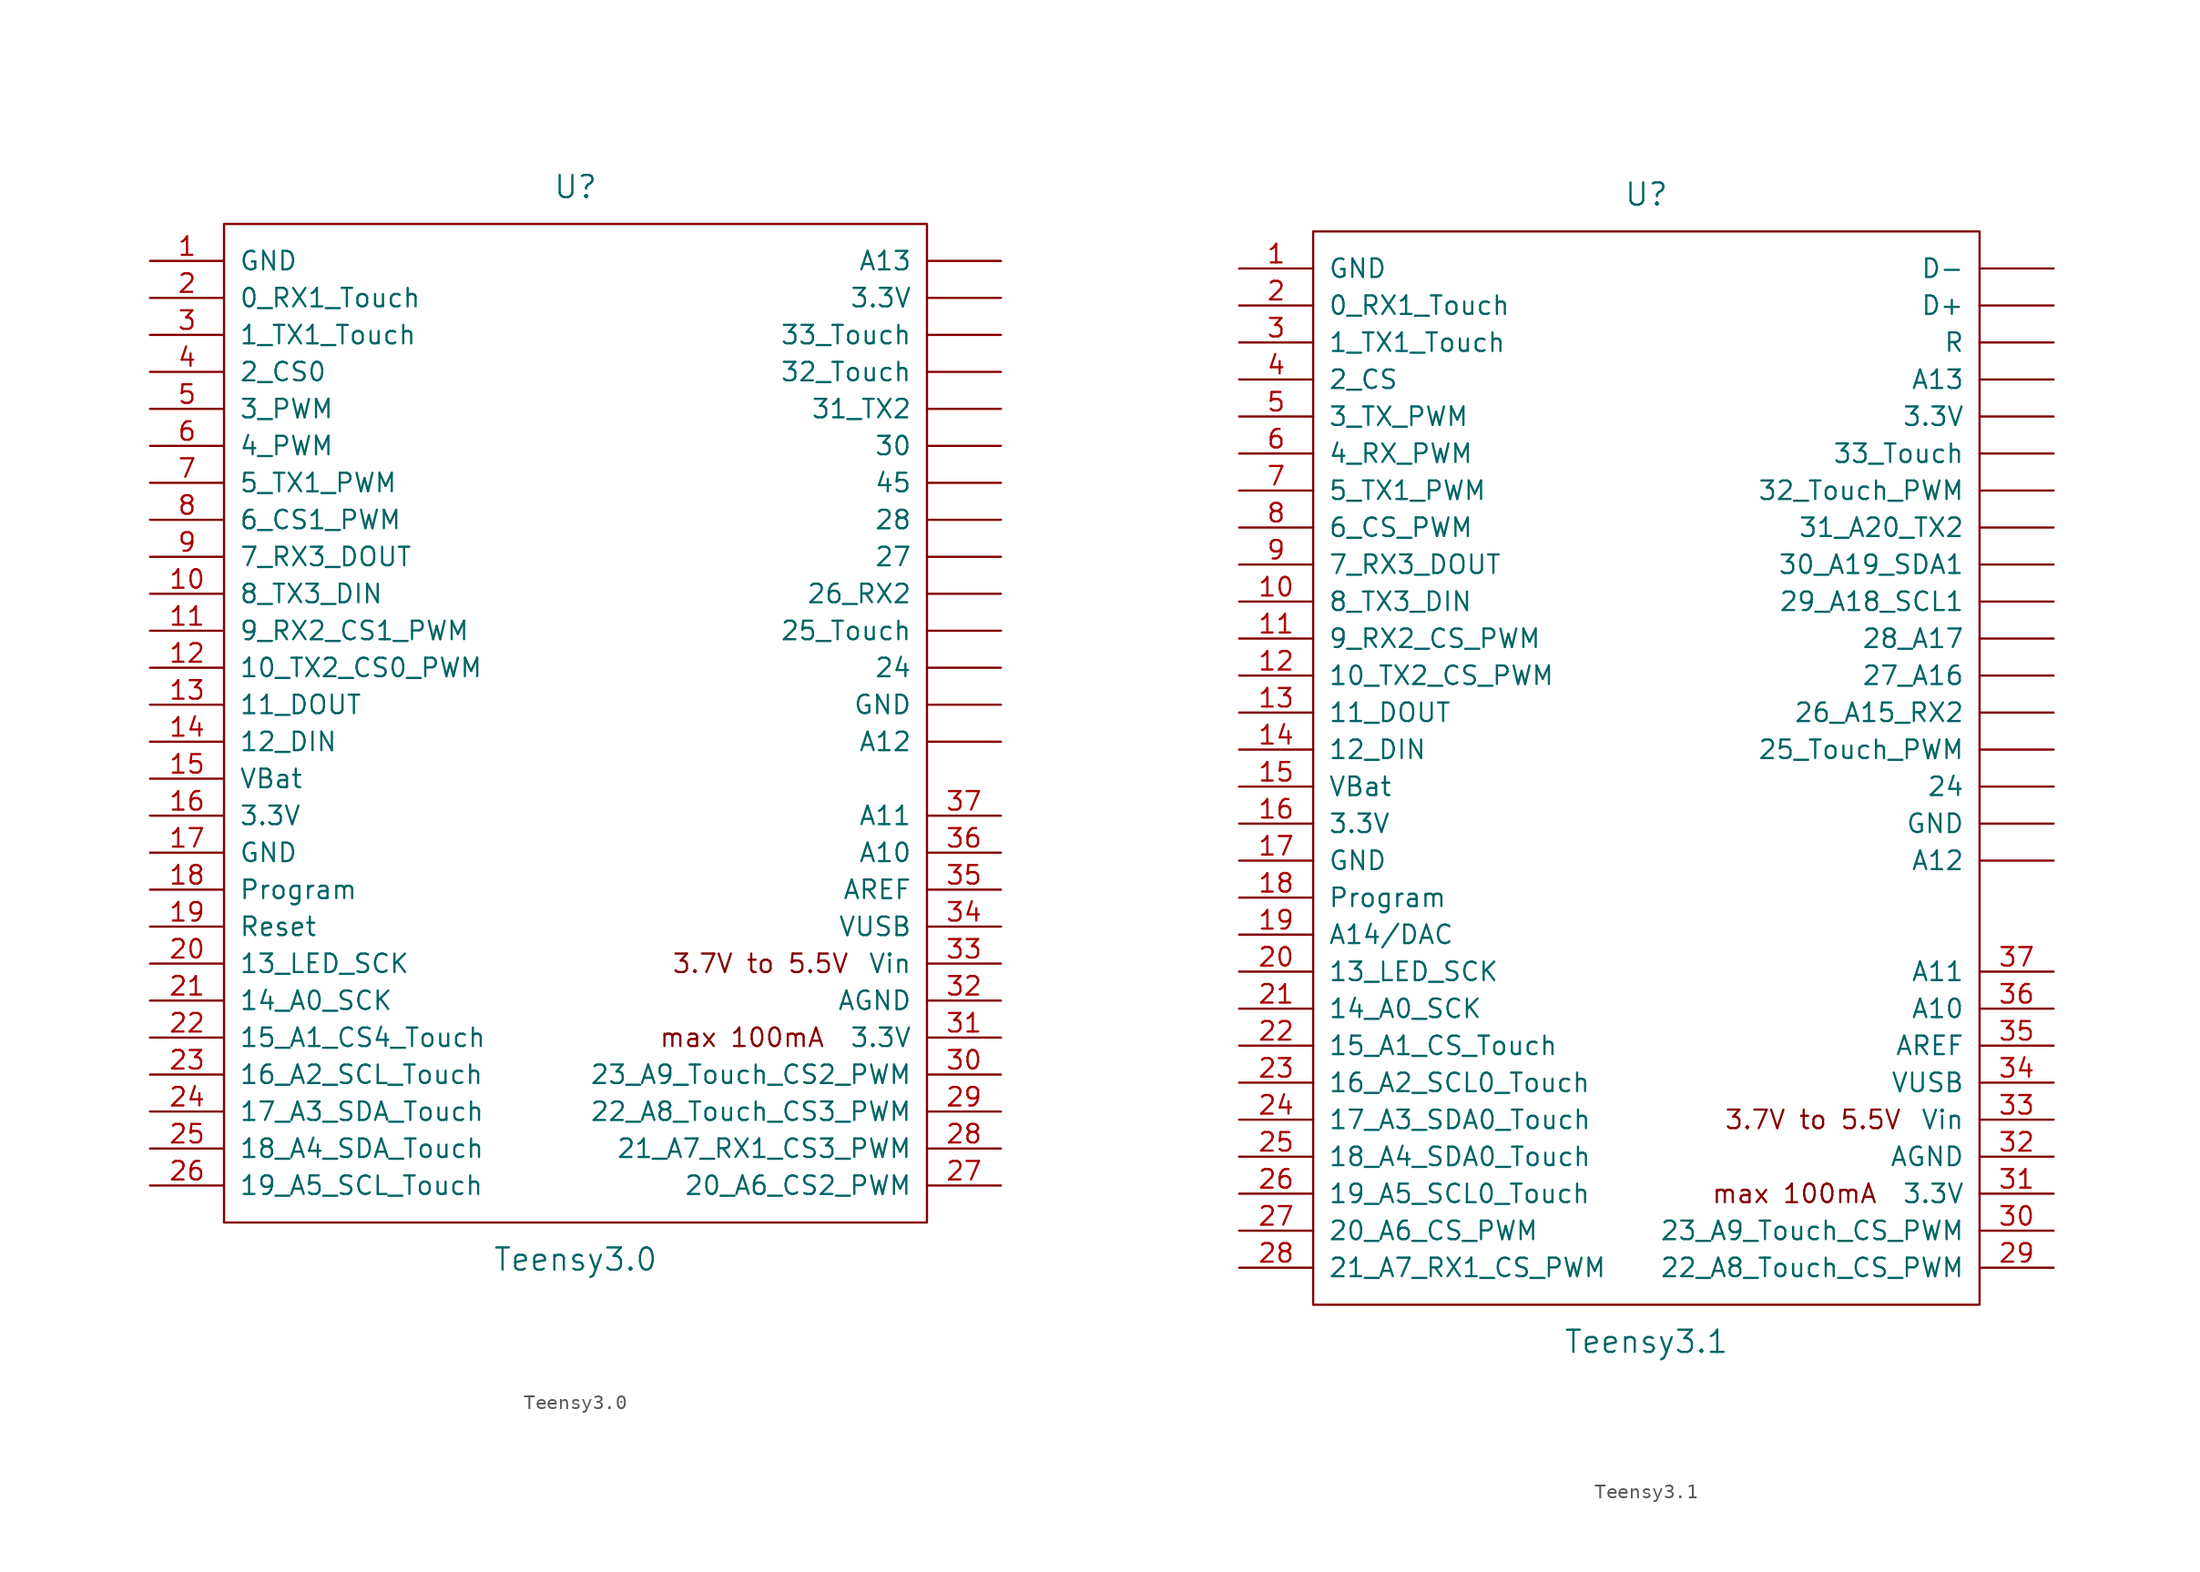
<source format=kicad_sym>
(kicad_symbol_lib
  (version 20211014)
  (generator kicad_symbol_editor)
  (symbol "Teensy3.0"
    (pin_names
      (offset 1.016))
    (property "Reference" "U"
      (at 0 36.83 0)
      (effects (font (size 1.524 1.524))))
    (property "Value" "Teensy3.0"
      (at 0 -36.83 0)
      (effects (font (size 1.524 1.524))))
    (property "Footprint" ""
      (at 0 -21.59 0)
      (effects (font (size 1.524 1.524))))
    (property "Datasheet" ""
      (at 0 -21.59 0)
      (effects (font (size 1.524 1.524))))
    (symbol "Teensy3.0_0_0"
      (text "3.7V to 5.5V" (at 12.7 -16.51 0) (effects (font (size 1.27 1.27))))
      (text "max 100mA" (at 11.43 -21.59 0) (effects (font (size 1.27 1.27)))))
    (symbol "Teensy3.0_0_1"
      (rectangle (start -24.13 34.29) (end 24.13 -34.29) (stroke (width 0) (type default) (color 0 0 0 0)) (fill (type none))))
    (symbol "Teensy3.0_1_1"
      (pin power_in line (at -29.21 31.75 0) (length 5.08) (name "GND" (effects (font (size 1.27 1.27)))) (number "1" (effects (font (size 1.27 1.27)))))
      (pin bidirectional line (at -29.21 8.89 0) (length 5.08) (name "8_TX3_DIN" (effects (font (size 1.27 1.27)))) (number "10" (effects (font (size 1.27 1.27)))))
      (pin bidirectional line (at -29.21 6.35 0) (length 5.08) (name "9_RX2_CS1_PWM" (effects (font (size 1.27 1.27)))) (number "11" (effects (font (size 1.27 1.27)))))
      (pin bidirectional line (at -29.21 3.81 0) (length 5.08) (name "10_TX2_CS0_PWM" (effects (font (size 1.27 1.27)))) (number "12" (effects (font (size 1.27 1.27)))))
      (pin bidirectional line (at -29.21 1.27 0) (length 5.08) (name "11_DOUT" (effects (font (size 1.27 1.27)))) (number "13" (effects (font (size 1.27 1.27)))))
      (pin bidirectional line (at -29.21 -1.27 0) (length 5.08) (name "12_DIN" (effects (font (size 1.27 1.27)))) (number "14" (effects (font (size 1.27 1.27)))))
      (pin power_in line (at -29.21 -3.81 0) (length 5.08) (name "VBat" (effects (font (size 1.27 1.27)))) (number "15" (effects (font (size 1.27 1.27)))))
      (pin power_in line (at -29.21 -6.35 0) (length 5.08) (name "3.3V" (effects (font (size 1.27 1.27)))) (number "16" (effects (font (size 1.27 1.27)))))
      (pin power_in line (at -29.21 -8.89 0) (length 5.08) (name "GND" (effects (font (size 1.27 1.27)))) (number "17" (effects (font (size 1.27 1.27)))))
      (pin input line (at -29.21 -11.43 0) (length 5.08) (name "Program" (effects (font (size 1.27 1.27)))) (number "18" (effects (font (size 1.27 1.27)))))
      (pin input line (at -29.21 -13.97 0) (length 5.08) (name "Reset" (effects (font (size 1.27 1.27)))) (number "19" (effects (font (size 1.27 1.27)))))
      (pin bidirectional line (at -29.21 29.21 0) (length 5.08) (name "0_RX1_Touch" (effects (font (size 1.27 1.27)))) (number "2" (effects (font (size 1.27 1.27)))))
      (pin bidirectional line (at -29.21 -16.51 0) (length 5.08) (name "13_LED_SCK" (effects (font (size 1.27 1.27)))) (number "20" (effects (font (size 1.27 1.27)))))
      (pin bidirectional line (at -29.21 -19.05 0) (length 5.08) (name "14_A0_SCK" (effects (font (size 1.27 1.27)))) (number "21" (effects (font (size 1.27 1.27)))))
      (pin bidirectional line (at -29.21 -21.59 0) (length 5.08) (name "15_A1_CS4_Touch" (effects (font (size 1.27 1.27)))) (number "22" (effects (font (size 1.27 1.27)))))
      (pin bidirectional line (at -29.21 -24.13 0) (length 5.08) (name "16_A2_SCL_Touch" (effects (font (size 1.27 1.27)))) (number "23" (effects (font (size 1.27 1.27)))))
      (pin bidirectional line (at -29.21 -26.67 0) (length 5.08) (name "17_A3_SDA_Touch" (effects (font (size 1.27 1.27)))) (number "24" (effects (font (size 1.27 1.27)))))
      (pin bidirectional line (at -29.21 -29.21 0) (length 5.08) (name "18_A4_SDA_Touch" (effects (font (size 1.27 1.27)))) (number "25" (effects (font (size 1.27 1.27)))))
      (pin bidirectional line (at -29.21 -31.75 0) (length 5.08) (name "19_A5_SCL_Touch" (effects (font (size 1.27 1.27)))) (number "26" (effects (font (size 1.27 1.27)))))
      (pin bidirectional line (at 29.21 -31.75 180) (length 5.08) (name "20_A6_CS2_PWM" (effects (font (size 1.27 1.27)))) (number "27" (effects (font (size 1.27 1.27)))))
      (pin bidirectional line (at 29.21 -29.21 180) (length 5.08) (name "21_A7_RX1_CS3_PWM" (effects (font (size 1.27 1.27)))) (number "28" (effects (font (size 1.27 1.27)))))
      (pin bidirectional line (at 29.21 -26.67 180) (length 5.08) (name "22_A8_Touch_CS3_PWM" (effects (font (size 1.27 1.27)))) (number "29" (effects (font (size 1.27 1.27)))))
      (pin bidirectional line (at -29.21 26.67 0) (length 5.08) (name "1_TX1_Touch" (effects (font (size 1.27 1.27)))) (number "3" (effects (font (size 1.27 1.27)))))
      (pin bidirectional line (at 29.21 -24.13 180) (length 5.08) (name "23_A9_Touch_CS2_PWM" (effects (font (size 1.27 1.27)))) (number "30" (effects (font (size 1.27 1.27)))))
      (pin power_out line (at 29.21 -21.59 180) (length 5.08) (name "3.3V" (effects (font (size 1.27 1.27)))) (number "31" (effects (font (size 1.27 1.27)))))
      (pin power_out line (at 29.21 -19.05 180) (length 5.08) (name "AGND" (effects (font (size 1.27 1.27)))) (number "32" (effects (font (size 1.27 1.27)))))
      (pin power_in line (at 29.21 -16.51 180) (length 5.08) (name "Vin" (effects (font (size 1.27 1.27)))) (number "33" (effects (font (size 1.27 1.27)))))
      (pin power_in line (at 29.21 -13.97 180) (length 5.08) (name "VUSB" (effects (font (size 1.27 1.27)))) (number "34" (effects (font (size 1.27 1.27)))))
      (pin input line (at 29.21 -11.43 180) (length 5.08) (name "AREF" (effects (font (size 1.27 1.27)))) (number "35" (effects (font (size 1.27 1.27)))))
      (pin bidirectional line (at 29.21 -8.89 180) (length 5.08) (name "A10" (effects (font (size 1.27 1.27)))) (number "36" (effects (font (size 1.27 1.27)))))
      (pin bidirectional line (at 29.21 -6.35 180) (length 5.08) (name "A11" (effects (font (size 1.27 1.27)))) (number "37" (effects (font (size 1.27 1.27)))))
      (pin bidirectional line (at -29.21 24.13 0) (length 5.08) (name "2_CS0" (effects (font (size 1.27 1.27)))) (number "4" (effects (font (size 1.27 1.27)))))
      (pin bidirectional line (at -29.21 21.59 0) (length 5.08) (name "3_PWM" (effects (font (size 1.27 1.27)))) (number "5" (effects (font (size 1.27 1.27)))))
      (pin bidirectional line (at -29.21 19.05 0) (length 5.08) (name "4_PWM" (effects (font (size 1.27 1.27)))) (number "6" (effects (font (size 1.27 1.27)))))
      (pin bidirectional line (at -29.21 16.51 0) (length 5.08) (name "5_TX1_PWM" (effects (font (size 1.27 1.27)))) (number "7" (effects (font (size 1.27 1.27)))))
      (pin bidirectional line (at -29.21 13.97 0) (length 5.08) (name "6_CS1_PWM" (effects (font (size 1.27 1.27)))) (number "8" (effects (font (size 1.27 1.27)))))
      (pin bidirectional line (at -29.21 11.43 0) (length 5.08) (name "7_RX3_DOUT" (effects (font (size 1.27 1.27)))) (number "9" (effects (font (size 1.27 1.27)))))
      (pin bidirectional line (at 29.21 3.81 180) (length 5.08) (name "24" (effects (font (size 1.27 1.27)))) (number "~" (effects (font (size 1.27 1.27)))))
      (pin bidirectional line (at 29.21 6.35 180) (length 5.08) (name "25_Touch" (effects (font (size 1.27 1.27)))) (number "~" (effects (font (size 1.27 1.27)))))
      (pin bidirectional line (at 29.21 8.89 180) (length 5.08) (name "26_RX2" (effects (font (size 1.27 1.27)))) (number "~" (effects (font (size 1.27 1.27)))))
      (pin bidirectional line (at 29.21 11.43 180) (length 5.08) (name "27" (effects (font (size 1.27 1.27)))) (number "~" (effects (font (size 1.27 1.27)))))
      (pin bidirectional line (at 29.21 13.97 180) (length 5.08) (name "28" (effects (font (size 1.27 1.27)))) (number "~" (effects (font (size 1.27 1.27)))))
      (pin power_in line (at 29.21 29.21 180) (length 5.08) (name "3.3V" (effects (font (size 1.27 1.27)))) (number "~" (effects (font (size 1.27 1.27)))))
      (pin bidirectional line (at 29.21 19.05 180) (length 5.08) (name "30" (effects (font (size 1.27 1.27)))) (number "~" (effects (font (size 1.27 1.27)))))
      (pin bidirectional line (at 29.21 21.59 180) (length 5.08) (name "31_TX2" (effects (font (size 1.27 1.27)))) (number "~" (effects (font (size 1.27 1.27)))))
      (pin bidirectional line (at 29.21 24.13 180) (length 5.08) (name "32_Touch" (effects (font (size 1.27 1.27)))) (number "~" (effects (font (size 1.27 1.27)))))
      (pin bidirectional line (at 29.21 26.67 180) (length 5.08) (name "33_Touch" (effects (font (size 1.27 1.27)))) (number "~" (effects (font (size 1.27 1.27)))))
      (pin bidirectional line (at 29.21 16.51 180) (length 5.08) (name "45" (effects (font (size 1.27 1.27)))) (number "~" (effects (font (size 1.27 1.27)))))
      (pin bidirectional line (at 29.21 -1.27 180) (length 5.08) (name "A12" (effects (font (size 1.27 1.27)))) (number "~" (effects (font (size 1.27 1.27)))))
      (pin bidirectional line (at 29.21 31.75 180) (length 5.08) (name "A13" (effects (font (size 1.27 1.27)))) (number "~" (effects (font (size 1.27 1.27)))))
      (pin power_in line (at 29.21 1.27 180) (length 5.08) (name "GND" (effects (font (size 1.27 1.27)))) (number "~" (effects (font (size 1.27 1.27)))))))
  (symbol "Teensy3.1"
    (pin_names
      (offset 1.016))
    (property "Reference" "U"
      (at 0 39.37 0)
      (effects (font (size 1.524 1.524))))
    (property "Value" "Teensy3.1"
      (at 0 -39.37 0)
      (effects (font (size 1.524 1.524))))
    (property "Footprint" ""
      (at 0 -19.05 0)
      (effects (font (size 1.524 1.524))))
    (property "Datasheet" ""
      (at 0 -19.05 0)
      (effects (font (size 1.524 1.524))))
    (symbol "Teensy3.1_0_0"
      (text "3.7V to 5.5V" (at 11.43 -24.13 0) (effects (font (size 1.27 1.27))))
      (text "max 100mA" (at 10.16 -29.21 0) (effects (font (size 1.27 1.27)))))
    (symbol "Teensy3.1_0_1"
      (rectangle (start -22.86 36.83) (end 22.86 -36.83) (stroke (width 0) (type default) (color 0 0 0 0)) (fill (type none))))
    (symbol "Teensy3.1_1_1"
      (pin power_in line (at -27.94 34.29 0) (length 5.08) (name "GND" (effects (font (size 1.27 1.27)))) (number "1" (effects (font (size 1.27 1.27)))))
      (pin bidirectional line (at -27.94 11.43 0) (length 5.08) (name "8_TX3_DIN" (effects (font (size 1.27 1.27)))) (number "10" (effects (font (size 1.27 1.27)))))
      (pin bidirectional line (at -27.94 8.89 0) (length 5.08) (name "9_RX2_CS_PWM" (effects (font (size 1.27 1.27)))) (number "11" (effects (font (size 1.27 1.27)))))
      (pin bidirectional line (at -27.94 6.35 0) (length 5.08) (name "10_TX2_CS_PWM" (effects (font (size 1.27 1.27)))) (number "12" (effects (font (size 1.27 1.27)))))
      (pin bidirectional line (at -27.94 3.81 0) (length 5.08) (name "11_DOUT" (effects (font (size 1.27 1.27)))) (number "13" (effects (font (size 1.27 1.27)))))
      (pin bidirectional line (at -27.94 1.27 0) (length 5.08) (name "12_DIN" (effects (font (size 1.27 1.27)))) (number "14" (effects (font (size 1.27 1.27)))))
      (pin power_in line (at -27.94 -1.27 0) (length 5.08) (name "VBat" (effects (font (size 1.27 1.27)))) (number "15" (effects (font (size 1.27 1.27)))))
      (pin power_in line (at -27.94 -3.81 0) (length 5.08) (name "3.3V" (effects (font (size 1.27 1.27)))) (number "16" (effects (font (size 1.27 1.27)))))
      (pin power_in line (at -27.94 -6.35 0) (length 5.08) (name "GND" (effects (font (size 1.27 1.27)))) (number "17" (effects (font (size 1.27 1.27)))))
      (pin input line (at -27.94 -8.89 0) (length 5.08) (name "Program" (effects (font (size 1.27 1.27)))) (number "18" (effects (font (size 1.27 1.27)))))
      (pin bidirectional line (at -27.94 -11.43 0) (length 5.08) (name "A14/DAC" (effects (font (size 1.27 1.27)))) (number "19" (effects (font (size 1.27 1.27)))))
      (pin bidirectional line (at -27.94 31.75 0) (length 5.08) (name "0_RX1_Touch" (effects (font (size 1.27 1.27)))) (number "2" (effects (font (size 1.27 1.27)))))
      (pin bidirectional line (at -27.94 -13.97 0) (length 5.08) (name "13_LED_SCK" (effects (font (size 1.27 1.27)))) (number "20" (effects (font (size 1.27 1.27)))))
      (pin bidirectional line (at -27.94 -16.51 0) (length 5.08) (name "14_A0_SCK" (effects (font (size 1.27 1.27)))) (number "21" (effects (font (size 1.27 1.27)))))
      (pin bidirectional line (at -27.94 -19.05 0) (length 5.08) (name "15_A1_CS_Touch" (effects (font (size 1.27 1.27)))) (number "22" (effects (font (size 1.27 1.27)))))
      (pin bidirectional line (at -27.94 -21.59 0) (length 5.08) (name "16_A2_SCL0_Touch" (effects (font (size 1.27 1.27)))) (number "23" (effects (font (size 1.27 1.27)))))
      (pin bidirectional line (at -27.94 -24.13 0) (length 5.08) (name "17_A3_SDA0_Touch" (effects (font (size 1.27 1.27)))) (number "24" (effects (font (size 1.27 1.27)))))
      (pin bidirectional line (at -27.94 -26.67 0) (length 5.08) (name "18_A4_SDA0_Touch" (effects (font (size 1.27 1.27)))) (number "25" (effects (font (size 1.27 1.27)))))
      (pin bidirectional line (at -27.94 -29.21 0) (length 5.08) (name "19_A5_SCL0_Touch" (effects (font (size 1.27 1.27)))) (number "26" (effects (font (size 1.27 1.27)))))
      (pin bidirectional line (at -27.94 -31.75 0) (length 5.08) (name "20_A6_CS_PWM" (effects (font (size 1.27 1.27)))) (number "27" (effects (font (size 1.27 1.27)))))
      (pin bidirectional line (at -27.94 -34.29 0) (length 5.08) (name "21_A7_RX1_CS_PWM" (effects (font (size 1.27 1.27)))) (number "28" (effects (font (size 1.27 1.27)))))
      (pin bidirectional line (at 27.94 -34.29 180) (length 5.08) (name "22_A8_Touch_CS_PWM" (effects (font (size 1.27 1.27)))) (number "29" (effects (font (size 1.27 1.27)))))
      (pin bidirectional line (at -27.94 29.21 0) (length 5.08) (name "1_TX1_Touch" (effects (font (size 1.27 1.27)))) (number "3" (effects (font (size 1.27 1.27)))))
      (pin bidirectional line (at 27.94 -31.75 180) (length 5.08) (name "23_A9_Touch_CS_PWM" (effects (font (size 1.27 1.27)))) (number "30" (effects (font (size 1.27 1.27)))))
      (pin power_out line (at 27.94 -29.21 180) (length 5.08) (name "3.3V" (effects (font (size 1.27 1.27)))) (number "31" (effects (font (size 1.27 1.27)))))
      (pin power_out line (at 27.94 -26.67 180) (length 5.08) (name "AGND" (effects (font (size 1.27 1.27)))) (number "32" (effects (font (size 1.27 1.27)))))
      (pin power_in line (at 27.94 -24.13 180) (length 5.08) (name "Vin" (effects (font (size 1.27 1.27)))) (number "33" (effects (font (size 1.27 1.27)))))
      (pin power_in line (at 27.94 -21.59 180) (length 5.08) (name "VUSB" (effects (font (size 1.27 1.27)))) (number "34" (effects (font (size 1.27 1.27)))))
      (pin input line (at 27.94 -19.05 180) (length 5.08) (name "AREF" (effects (font (size 1.27 1.27)))) (number "35" (effects (font (size 1.27 1.27)))))
      (pin bidirectional line (at 27.94 -16.51 180) (length 5.08) (name "A10" (effects (font (size 1.27 1.27)))) (number "36" (effects (font (size 1.27 1.27)))))
      (pin bidirectional line (at 27.94 -13.97 180) (length 5.08) (name "A11" (effects (font (size 1.27 1.27)))) (number "37" (effects (font (size 1.27 1.27)))))
      (pin bidirectional line (at -27.94 26.67 0) (length 5.08) (name "2_CS" (effects (font (size 1.27 1.27)))) (number "4" (effects (font (size 1.27 1.27)))))
      (pin bidirectional line (at -27.94 24.13 0) (length 5.08) (name "3_TX_PWM" (effects (font (size 1.27 1.27)))) (number "5" (effects (font (size 1.27 1.27)))))
      (pin bidirectional line (at -27.94 21.59 0) (length 5.08) (name "4_RX_PWM" (effects (font (size 1.27 1.27)))) (number "6" (effects (font (size 1.27 1.27)))))
      (pin bidirectional line (at -27.94 19.05 0) (length 5.08) (name "5_TX1_PWM" (effects (font (size 1.27 1.27)))) (number "7" (effects (font (size 1.27 1.27)))))
      (pin bidirectional line (at -27.94 16.51 0) (length 5.08) (name "6_CS_PWM" (effects (font (size 1.27 1.27)))) (number "8" (effects (font (size 1.27 1.27)))))
      (pin bidirectional line (at -27.94 13.97 0) (length 5.08) (name "7_RX3_DOUT" (effects (font (size 1.27 1.27)))) (number "9" (effects (font (size 1.27 1.27)))))
      (pin bidirectional line (at 27.94 -1.27 180) (length 5.08) (name "24" (effects (font (size 1.27 1.27)))) (number "~" (effects (font (size 1.27 1.27)))))
      (pin bidirectional line (at 27.94 1.27 180) (length 5.08) (name "25_Touch_PWM" (effects (font (size 1.27 1.27)))) (number "~" (effects (font (size 1.27 1.27)))))
      (pin bidirectional line (at 27.94 3.81 180) (length 5.08) (name "26_A15_RX2" (effects (font (size 1.27 1.27)))) (number "~" (effects (font (size 1.27 1.27)))))
      (pin bidirectional line (at 27.94 6.35 180) (length 5.08) (name "27_A16" (effects (font (size 1.27 1.27)))) (number "~" (effects (font (size 1.27 1.27)))))
      (pin bidirectional line (at 27.94 8.89 180) (length 5.08) (name "28_A17" (effects (font (size 1.27 1.27)))) (number "~" (effects (font (size 1.27 1.27)))))
      (pin bidirectional line (at 27.94 11.43 180) (length 5.08) (name "29_A18_SCL1" (effects (font (size 1.27 1.27)))) (number "~" (effects (font (size 1.27 1.27)))))
      (pin power_in line (at 27.94 24.13 180) (length 5.08) (name "3.3V" (effects (font (size 1.27 1.27)))) (number "~" (effects (font (size 1.27 1.27)))))
      (pin bidirectional line (at 27.94 13.97 180) (length 5.08) (name "30_A19_SDA1" (effects (font (size 1.27 1.27)))) (number "~" (effects (font (size 1.27 1.27)))))
      (pin bidirectional line (at 27.94 16.51 180) (length 5.08) (name "31_A20_TX2" (effects (font (size 1.27 1.27)))) (number "~" (effects (font (size 1.27 1.27)))))
      (pin bidirectional line (at 27.94 19.05 180) (length 5.08) (name "32_Touch_PWM" (effects (font (size 1.27 1.27)))) (number "~" (effects (font (size 1.27 1.27)))))
      (pin bidirectional line (at 27.94 21.59 180) (length 5.08) (name "33_Touch" (effects (font (size 1.27 1.27)))) (number "~" (effects (font (size 1.27 1.27)))))
      (pin bidirectional line (at 27.94 -6.35 180) (length 5.08) (name "A12" (effects (font (size 1.27 1.27)))) (number "~" (effects (font (size 1.27 1.27)))))
      (pin bidirectional line (at 27.94 26.67 180) (length 5.08) (name "A13" (effects (font (size 1.27 1.27)))) (number "~" (effects (font (size 1.27 1.27)))))
      (pin bidirectional line (at 27.94 31.75 180) (length 5.08) (name "D+" (effects (font (size 1.27 1.27)))) (number "~" (effects (font (size 1.27 1.27)))))
      (pin bidirectional line (at 27.94 34.29 180) (length 5.08) (name "D-" (effects (font (size 1.27 1.27)))) (number "~" (effects (font (size 1.27 1.27)))))
      (pin power_in line (at 27.94 -3.81 180) (length 5.08) (name "GND" (effects (font (size 1.27 1.27)))) (number "~" (effects (font (size 1.27 1.27)))))
      (pin input line (at 27.94 29.21 180) (length 5.08) (name "R" (effects (font (size 1.27 1.27)))) (number "~" (effects (font (size 1.27 1.27))))))))
</source>
